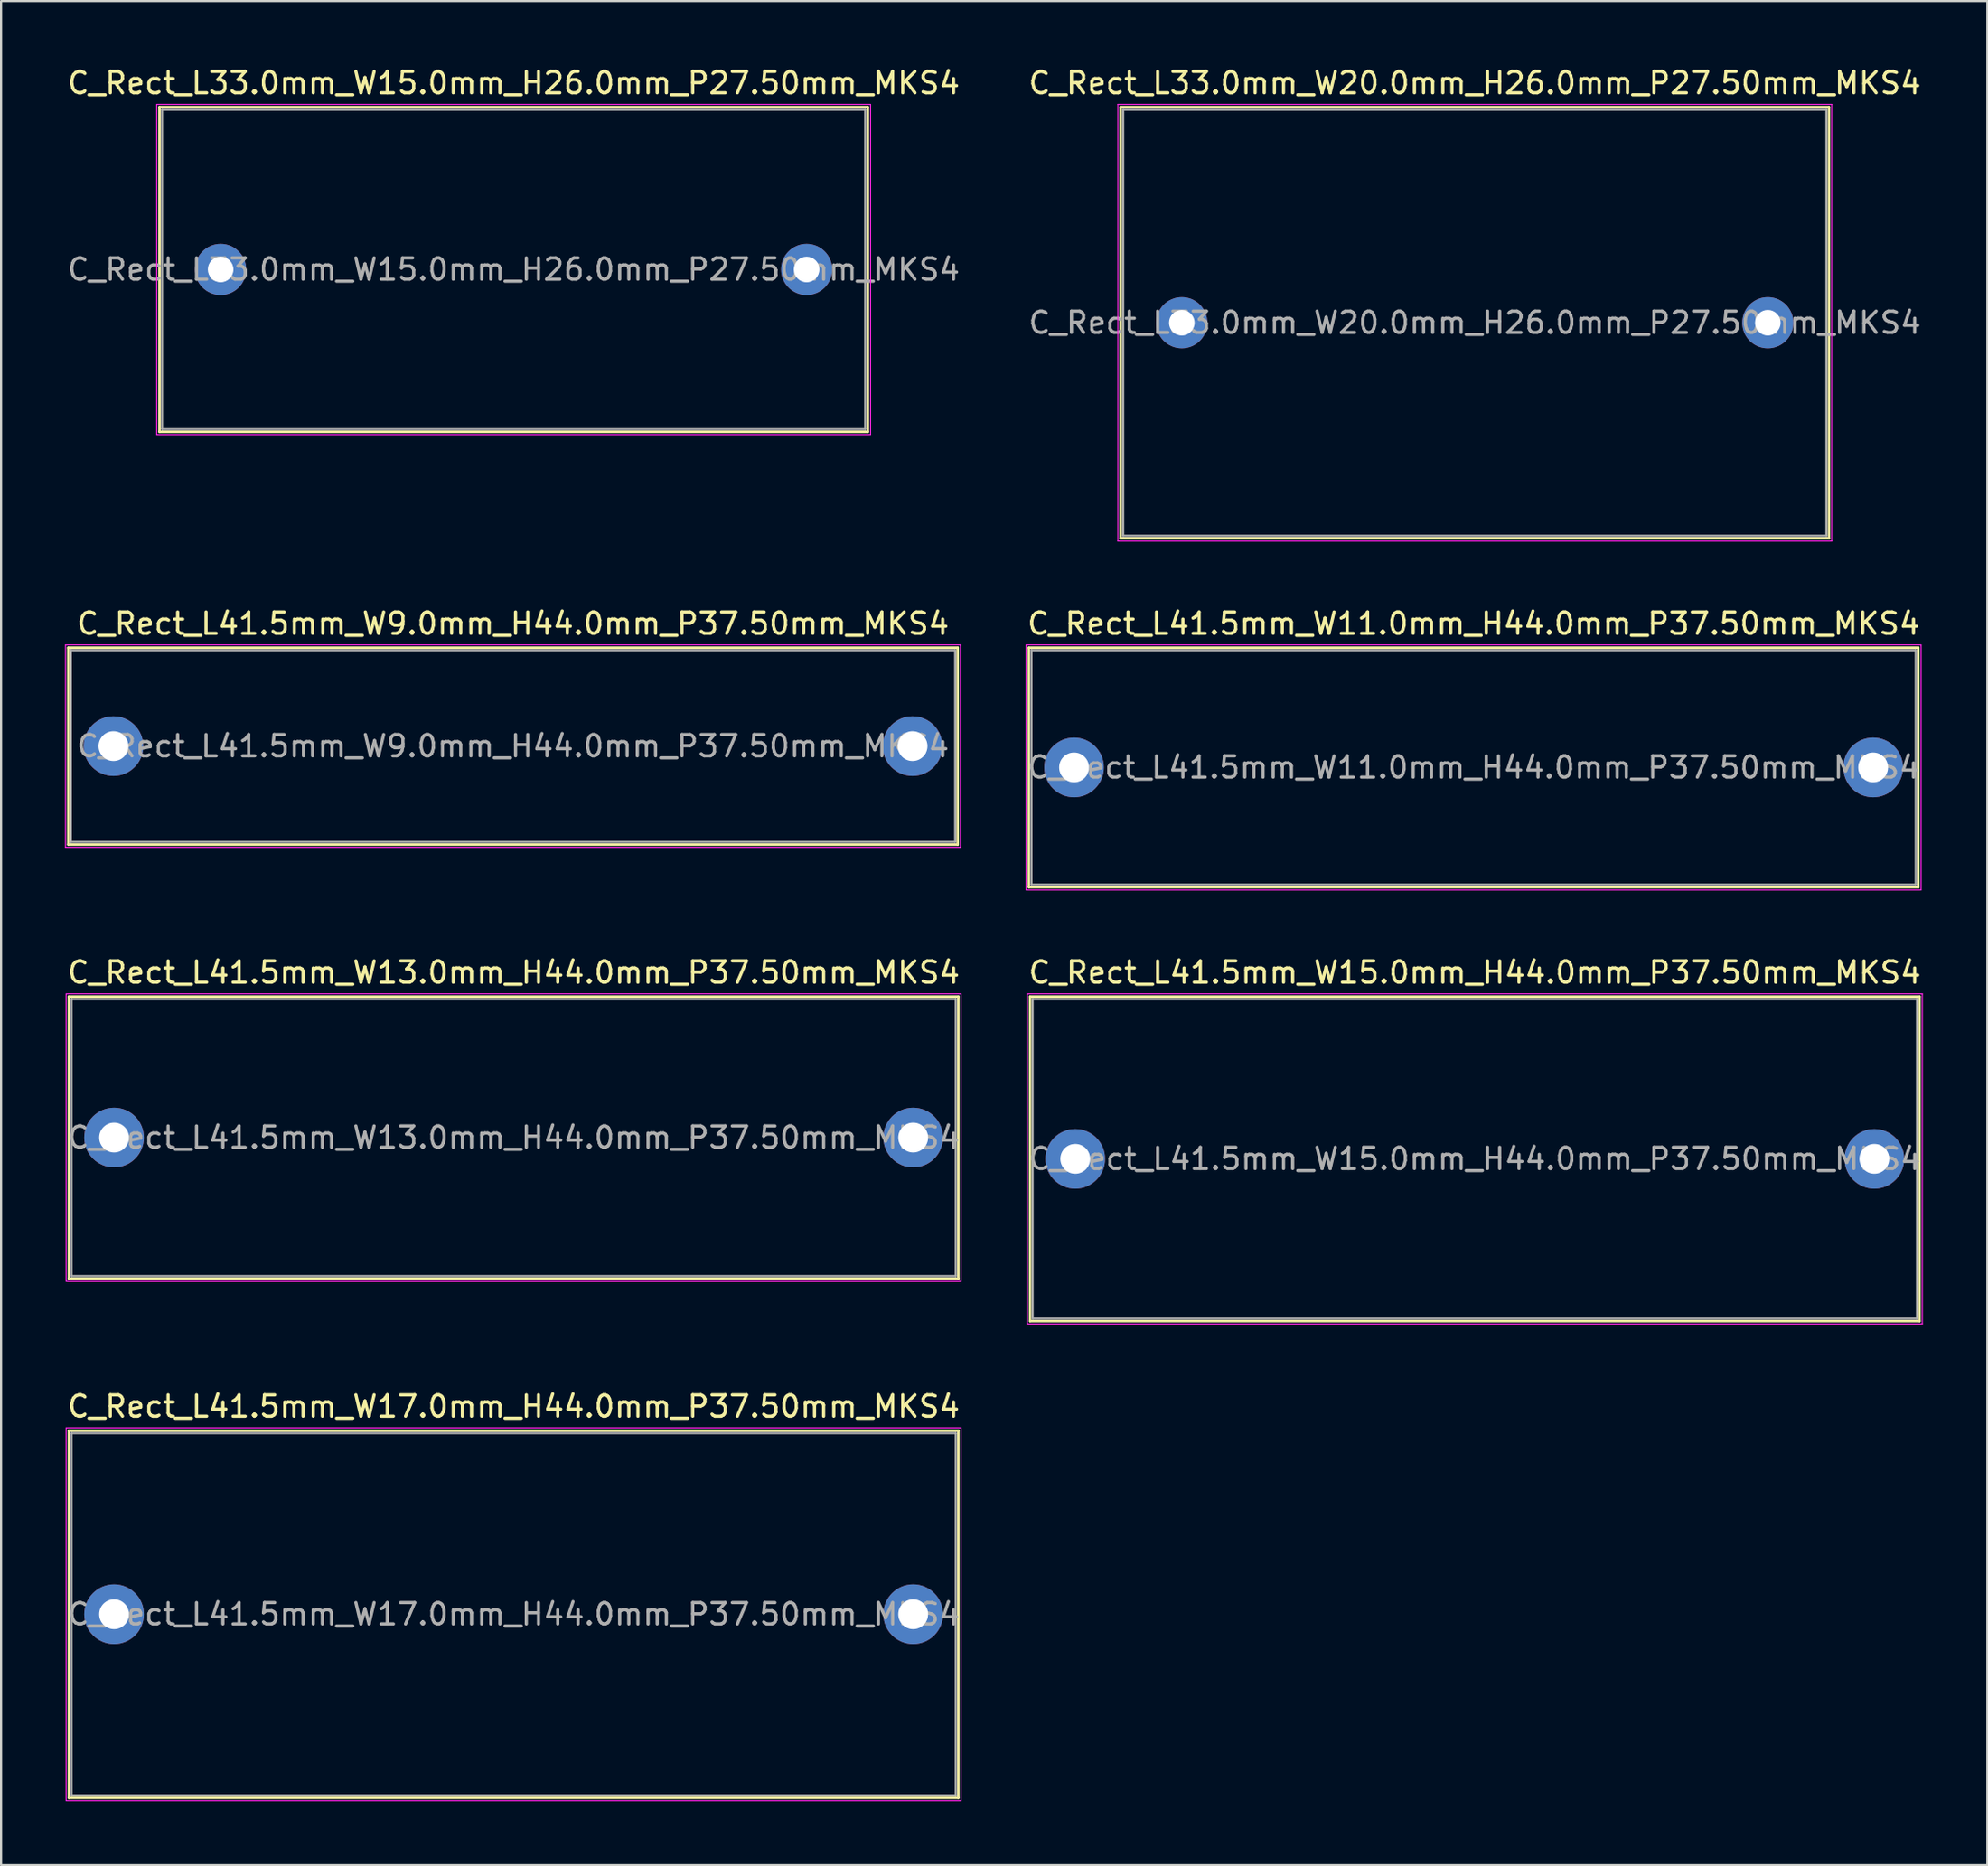
<source format=kicad_pcb>
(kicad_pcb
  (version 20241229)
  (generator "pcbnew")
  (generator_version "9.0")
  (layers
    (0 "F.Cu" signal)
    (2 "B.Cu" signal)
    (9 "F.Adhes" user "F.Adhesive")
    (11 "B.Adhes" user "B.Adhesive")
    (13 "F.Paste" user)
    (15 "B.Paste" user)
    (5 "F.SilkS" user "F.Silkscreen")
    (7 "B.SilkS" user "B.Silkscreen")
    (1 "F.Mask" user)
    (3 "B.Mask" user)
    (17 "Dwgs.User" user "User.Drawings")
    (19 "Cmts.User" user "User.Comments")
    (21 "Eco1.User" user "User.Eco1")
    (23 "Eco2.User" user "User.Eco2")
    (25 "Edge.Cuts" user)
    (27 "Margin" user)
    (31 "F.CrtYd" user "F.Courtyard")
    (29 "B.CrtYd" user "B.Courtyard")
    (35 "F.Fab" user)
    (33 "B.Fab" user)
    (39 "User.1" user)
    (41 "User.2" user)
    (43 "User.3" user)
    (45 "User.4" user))
  (footprint "C_Rect_L41.5mm_W11.0mm_H44.0mm_P37.50mm_MKS4"
    (layer "F.Cu")
    (at 47.354 32.971)
    (property "Reference" "C_Rect_L41.5mm_W11.0mm_H44.0mm_P37.50mm_MKS4" (at 18.75 -6.75 0) (layer "F.SilkS") (effects (font (size 1 1) (thickness 0.15))))
    (attr through_hole)
    (fp_line (start -2.12 -5.62) (end -2.12 5.62) (stroke (width 0.12) (type solid)) (layer "F.SilkS"))
    (fp_line (start -2.12 -5.62) (end 39.62 -5.62) (stroke (width 0.12) (type solid)) (layer "F.SilkS"))
    (fp_line (start -2.12 5.62) (end 39.62 5.62) (stroke (width 0.12) (type solid)) (layer "F.SilkS"))
    (fp_line (start 39.62 -5.62) (end 39.62 5.62) (stroke (width 0.12) (type solid)) (layer "F.SilkS"))
    (fp_line (start -2.25 -5.75) (end -2.25 5.75) (stroke (width 0.05) (type solid)) (layer "F.CrtYd"))
    (fp_line (start -2.25 5.75) (end 39.75 5.75) (stroke (width 0.05) (type solid)) (layer "F.CrtYd"))
    (fp_line (start 39.75 -5.75) (end -2.25 -5.75) (stroke (width 0.05) (type solid)) (layer "F.CrtYd"))
    (fp_line (start 39.75 5.75) (end 39.75 -5.75) (stroke (width 0.05) (type solid)) (layer "F.CrtYd"))
    (fp_line (start -2 -5.5) (end -2 5.5) (stroke (width 0.1) (type solid)) (layer "F.Fab"))
    (fp_line (start -2 5.5) (end 39.5 5.5) (stroke (width 0.1) (type solid)) (layer "F.Fab"))
    (fp_line (start 39.5 -5.5) (end -2 -5.5) (stroke (width 0.1) (type solid)) (layer "F.Fab"))
    (fp_line (start 39.5 5.5) (end 39.5 -5.5) (stroke (width 0.1) (type solid)) (layer "F.Fab"))
    (fp_text user "${REFERENCE}" (at 18.75 0 0) (layer "F.Fab") (effects (font (size 1 1) (thickness 0.15))))
    (pad "1" thru_hole circle (at 0 0) (size 2.8 2.8) (drill 1.4) (layers "*.Cu" "*.Mask"))
    (pad "2" thru_hole circle (at 37.5 0) (size 2.8 2.8) (drill 1.4) (layers "*.Cu" "*.Mask")))
  (footprint "C_Rect_L41.5mm_W17.0mm_H44.0mm_P37.50mm_MKS4"
    (layer "F.Cu")
    (at 2.304 72.718)
    (property "Reference" "C_Rect_L41.5mm_W17.0mm_H44.0mm_P37.50mm_MKS4" (at 18.75 -9.75 0) (layer "F.SilkS") (effects (font (size 1 1) (thickness 0.15))))
    (attr through_hole)
    (fp_line (start -2.12 -8.62) (end -2.12 8.62) (stroke (width 0.12) (type solid)) (layer "F.SilkS"))
    (fp_line (start -2.12 -8.62) (end 39.62 -8.62) (stroke (width 0.12) (type solid)) (layer "F.SilkS"))
    (fp_line (start -2.12 8.62) (end 39.62 8.62) (stroke (width 0.12) (type solid)) (layer "F.SilkS"))
    (fp_line (start 39.62 -8.62) (end 39.62 8.62) (stroke (width 0.12) (type solid)) (layer "F.SilkS"))
    (fp_line (start -2.25 -8.75) (end -2.25 8.75) (stroke (width 0.05) (type solid)) (layer "F.CrtYd"))
    (fp_line (start -2.25 8.75) (end 39.75 8.75) (stroke (width 0.05) (type solid)) (layer "F.CrtYd"))
    (fp_line (start 39.75 -8.75) (end -2.25 -8.75) (stroke (width 0.05) (type solid)) (layer "F.CrtYd"))
    (fp_line (start 39.75 8.75) (end 39.75 -8.75) (stroke (width 0.05) (type solid)) (layer "F.CrtYd"))
    (fp_line (start -2 -8.5) (end -2 8.5) (stroke (width 0.1) (type solid)) (layer "F.Fab"))
    (fp_line (start -2 8.5) (end 39.5 8.5) (stroke (width 0.1) (type solid)) (layer "F.Fab"))
    (fp_line (start 39.5 -8.5) (end -2 -8.5) (stroke (width 0.1) (type solid)) (layer "F.Fab"))
    (fp_line (start 39.5 8.5) (end 39.5 -8.5) (stroke (width 0.1) (type solid)) (layer "F.Fab"))
    (fp_text user "${REFERENCE}" (at 18.75 0 0) (layer "F.Fab") (effects (font (size 1 1) (thickness 0.15))))
    (pad "1" thru_hole circle (at 0 0) (size 2.8 2.8) (drill 1.4) (layers "*.Cu" "*.Mask"))
    (pad "2" thru_hole circle (at 37.5 0) (size 2.8 2.8) (drill 1.4) (layers "*.Cu" "*.Mask")))
  (footprint "C_Rect_L41.5mm_W13.0mm_H44.0mm_P37.50mm_MKS4"
    (layer "F.Cu")
    (at 2.304 50.345)
    (property "Reference" "C_Rect_L41.5mm_W13.0mm_H44.0mm_P37.50mm_MKS4" (at 18.75 -7.75 0) (layer "F.SilkS") (effects (font (size 1 1) (thickness 0.15))))
    (attr through_hole)
    (fp_line (start -2.12 -6.62) (end -2.12 6.62) (stroke (width 0.12) (type solid)) (layer "F.SilkS"))
    (fp_line (start -2.12 -6.62) (end 39.62 -6.62) (stroke (width 0.12) (type solid)) (layer "F.SilkS"))
    (fp_line (start -2.12 6.62) (end 39.62 6.62) (stroke (width 0.12) (type solid)) (layer "F.SilkS"))
    (fp_line (start 39.62 -6.62) (end 39.62 6.62) (stroke (width 0.12) (type solid)) (layer "F.SilkS"))
    (fp_line (start -2.25 -6.75) (end -2.25 6.75) (stroke (width 0.05) (type solid)) (layer "F.CrtYd"))
    (fp_line (start -2.25 6.75) (end 39.75 6.75) (stroke (width 0.05) (type solid)) (layer "F.CrtYd"))
    (fp_line (start 39.75 -6.75) (end -2.25 -6.75) (stroke (width 0.05) (type solid)) (layer "F.CrtYd"))
    (fp_line (start 39.75 6.75) (end 39.75 -6.75) (stroke (width 0.05) (type solid)) (layer "F.CrtYd"))
    (fp_line (start -2 -6.5) (end -2 6.5) (stroke (width 0.1) (type solid)) (layer "F.Fab"))
    (fp_line (start -2 6.5) (end 39.5 6.5) (stroke (width 0.1) (type solid)) (layer "F.Fab"))
    (fp_line (start 39.5 -6.5) (end -2 -6.5) (stroke (width 0.1) (type solid)) (layer "F.Fab"))
    (fp_line (start 39.5 6.5) (end 39.5 -6.5) (stroke (width 0.1) (type solid)) (layer "F.Fab"))
    (fp_text user "${REFERENCE}" (at 18.75 0 0) (layer "F.Fab") (effects (font (size 1 1) (thickness 0.15))))
    (pad "1" thru_hole circle (at 0 0) (size 2.8 2.8) (drill 1.4) (layers "*.Cu" "*.Mask"))
    (pad "2" thru_hole circle (at 37.5 0) (size 2.8 2.8) (drill 1.4) (layers "*.Cu" "*.Mask")))
  (footprint "C_Rect_L41.5mm_W15.0mm_H44.0mm_P37.50mm_MKS4"
    (layer "F.Cu")
    (at 47.411 51.345)
    (property "Reference" "C_Rect_L41.5mm_W15.0mm_H44.0mm_P37.50mm_MKS4" (at 18.75 -8.75 0) (layer "F.SilkS") (effects (font (size 1 1) (thickness 0.15))))
    (attr through_hole)
    (fp_line (start -2.12 -7.62) (end -2.12 7.62) (stroke (width 0.12) (type solid)) (layer "F.SilkS"))
    (fp_line (start -2.12 -7.62) (end 39.62 -7.62) (stroke (width 0.12) (type solid)) (layer "F.SilkS"))
    (fp_line (start -2.12 7.62) (end 39.62 7.62) (stroke (width 0.12) (type solid)) (layer "F.SilkS"))
    (fp_line (start 39.62 -7.62) (end 39.62 7.62) (stroke (width 0.12) (type solid)) (layer "F.SilkS"))
    (fp_line (start -2.25 -7.75) (end -2.25 7.75) (stroke (width 0.05) (type solid)) (layer "F.CrtYd"))
    (fp_line (start -2.25 7.75) (end 39.75 7.75) (stroke (width 0.05) (type solid)) (layer "F.CrtYd"))
    (fp_line (start 39.75 -7.75) (end -2.25 -7.75) (stroke (width 0.05) (type solid)) (layer "F.CrtYd"))
    (fp_line (start 39.75 7.75) (end 39.75 -7.75) (stroke (width 0.05) (type solid)) (layer "F.CrtYd"))
    (fp_line (start -2 -7.5) (end -2 7.5) (stroke (width 0.1) (type solid)) (layer "F.Fab"))
    (fp_line (start -2 7.5) (end 39.5 7.5) (stroke (width 0.1) (type solid)) (layer "F.Fab"))
    (fp_line (start 39.5 -7.5) (end -2 -7.5) (stroke (width 0.1) (type solid)) (layer "F.Fab"))
    (fp_line (start 39.5 7.5) (end 39.5 -7.5) (stroke (width 0.1) (type solid)) (layer "F.Fab"))
    (fp_text user "${REFERENCE}" (at 18.75 0 0) (layer "F.Fab") (effects (font (size 1 1) (thickness 0.15))))
    (pad "1" thru_hole circle (at 0 0) (size 2.8 2.8) (drill 1.4) (layers "*.Cu" "*.Mask"))
    (pad "2" thru_hole circle (at 37.5 0) (size 2.8 2.8) (drill 1.4) (layers "*.Cu" "*.Mask")))
  (footprint "C_Rect_L33.0mm_W15.0mm_H26.0mm_P27.50mm_MKS4"
    (layer "F.Cu")
    (at 7.304 9.598)
    (property "Reference" "C_Rect_L33.0mm_W15.0mm_H26.0mm_P27.50mm_MKS4" (at 13.75 -8.75 0) (layer "F.SilkS") (effects (font (size 1 1) (thickness 0.15))))
    (attr through_hole)
    (fp_line (start -2.87 -7.62) (end -2.87 7.62) (stroke (width 0.12) (type solid)) (layer "F.SilkS"))
    (fp_line (start -2.87 -7.62) (end 30.37 -7.62) (stroke (width 0.12) (type solid)) (layer "F.SilkS"))
    (fp_line (start -2.87 7.62) (end 30.37 7.62) (stroke (width 0.12) (type solid)) (layer "F.SilkS"))
    (fp_line (start 30.37 -7.62) (end 30.37 7.62) (stroke (width 0.12) (type solid)) (layer "F.SilkS"))
    (fp_line (start -3 -7.75) (end -3 7.75) (stroke (width 0.05) (type solid)) (layer "F.CrtYd"))
    (fp_line (start -3 7.75) (end 30.5 7.75) (stroke (width 0.05) (type solid)) (layer "F.CrtYd"))
    (fp_line (start 30.5 -7.75) (end -3 -7.75) (stroke (width 0.05) (type solid)) (layer "F.CrtYd"))
    (fp_line (start 30.5 7.75) (end 30.5 -7.75) (stroke (width 0.05) (type solid)) (layer "F.CrtYd"))
    (fp_line (start -2.75 -7.5) (end -2.75 7.5) (stroke (width 0.1) (type solid)) (layer "F.Fab"))
    (fp_line (start -2.75 7.5) (end 30.25 7.5) (stroke (width 0.1) (type solid)) (layer "F.Fab"))
    (fp_line (start 30.25 -7.5) (end -2.75 -7.5) (stroke (width 0.1) (type solid)) (layer "F.Fab"))
    (fp_line (start 30.25 7.5) (end 30.25 -7.5) (stroke (width 0.1) (type solid)) (layer "F.Fab"))
    (fp_text user "${REFERENCE}" (at 13.75 0 0) (layer "F.Fab") (effects (font (size 1 1) (thickness 0.15))))
    (pad "1" thru_hole circle (at 0 0) (size 2.4 2.4) (drill 1.2) (layers "*.Cu" "*.Mask"))
    (pad "2" thru_hole circle (at 27.5 0) (size 2.4 2.4) (drill 1.2) (layers "*.Cu" "*.Mask")))
  (footprint "C_Rect_L41.5mm_W9.0mm_H44.0mm_P37.50mm_MKS4"
    (layer "F.Cu")
    (at 2.275 31.971)
    (property "Reference" "C_Rect_L41.5mm_W9.0mm_H44.0mm_P37.50mm_MKS4" (at 18.75 -5.75 0) (layer "F.SilkS") (effects (font (size 1 1) (thickness 0.15))))
    (attr through_hole)
    (fp_line (start -2.12 -4.62) (end -2.12 4.62) (stroke (width 0.12) (type solid)) (layer "F.SilkS"))
    (fp_line (start -2.12 -4.62) (end 39.62 -4.62) (stroke (width 0.12) (type solid)) (layer "F.SilkS"))
    (fp_line (start -2.12 4.62) (end 39.62 4.62) (stroke (width 0.12) (type solid)) (layer "F.SilkS"))
    (fp_line (start 39.62 -4.62) (end 39.62 4.62) (stroke (width 0.12) (type solid)) (layer "F.SilkS"))
    (fp_line (start -2.25 -4.75) (end -2.25 4.75) (stroke (width 0.05) (type solid)) (layer "F.CrtYd"))
    (fp_line (start -2.25 4.75) (end 39.75 4.75) (stroke (width 0.05) (type solid)) (layer "F.CrtYd"))
    (fp_line (start 39.75 -4.75) (end -2.25 -4.75) (stroke (width 0.05) (type solid)) (layer "F.CrtYd"))
    (fp_line (start 39.75 4.75) (end 39.75 -4.75) (stroke (width 0.05) (type solid)) (layer "F.CrtYd"))
    (fp_line (start -2 -4.5) (end -2 4.5) (stroke (width 0.1) (type solid)) (layer "F.Fab"))
    (fp_line (start -2 4.5) (end 39.5 4.5) (stroke (width 0.1) (type solid)) (layer "F.Fab"))
    (fp_line (start 39.5 -4.5) (end -2 -4.5) (stroke (width 0.1) (type solid)) (layer "F.Fab"))
    (fp_line (start 39.5 4.5) (end 39.5 -4.5) (stroke (width 0.1) (type solid)) (layer "F.Fab"))
    (fp_text user "${REFERENCE}" (at 18.75 0 0) (layer "F.Fab") (effects (font (size 1 1) (thickness 0.15))))
    (pad "1" thru_hole circle (at 0 0) (size 2.8 2.8) (drill 1.4) (layers "*.Cu" "*.Mask"))
    (pad "2" thru_hole circle (at 37.5 0) (size 2.8 2.8) (drill 1.4) (layers "*.Cu" "*.Mask")))
  (footprint "C_Rect_L33.0mm_W20.0mm_H26.0mm_P27.50mm_MKS4"
    (layer "F.Cu")
    (at 52.411 12.098)
    (property "Reference" "C_Rect_L33.0mm_W20.0mm_H26.0mm_P27.50mm_MKS4" (at 13.75 -11.25 0) (layer "F.SilkS") (effects (font (size 1 1) (thickness 0.15))))
    (attr through_hole)
    (fp_line (start -2.87 -10.12) (end -2.87 10.12) (stroke (width 0.12) (type solid)) (layer "F.SilkS"))
    (fp_line (start -2.87 -10.12) (end 30.37 -10.12) (stroke (width 0.12) (type solid)) (layer "F.SilkS"))
    (fp_line (start -2.87 10.12) (end 30.37 10.12) (stroke (width 0.12) (type solid)) (layer "F.SilkS"))
    (fp_line (start 30.37 -10.12) (end 30.37 10.12) (stroke (width 0.12) (type solid)) (layer "F.SilkS"))
    (fp_line (start -3 -10.25) (end -3 10.25) (stroke (width 0.05) (type solid)) (layer "F.CrtYd"))
    (fp_line (start -3 10.25) (end 30.5 10.25) (stroke (width 0.05) (type solid)) (layer "F.CrtYd"))
    (fp_line (start 30.5 -10.25) (end -3 -10.25) (stroke (width 0.05) (type solid)) (layer "F.CrtYd"))
    (fp_line (start 30.5 10.25) (end 30.5 -10.25) (stroke (width 0.05) (type solid)) (layer "F.CrtYd"))
    (fp_line (start -2.75 -10) (end -2.75 10) (stroke (width 0.1) (type solid)) (layer "F.Fab"))
    (fp_line (start -2.75 10) (end 30.25 10) (stroke (width 0.1) (type solid)) (layer "F.Fab"))
    (fp_line (start 30.25 -10) (end -2.75 -10) (stroke (width 0.1) (type solid)) (layer "F.Fab"))
    (fp_line (start 30.25 10) (end 30.25 -10) (stroke (width 0.1) (type solid)) (layer "F.Fab"))
    (fp_text user "${REFERENCE}" (at 13.75 0 0) (layer "F.Fab") (effects (font (size 1 1) (thickness 0.15))))
    (pad "1" thru_hole circle (at 0 0) (size 2.4 2.4) (drill 1.2) (layers "*.Cu" "*.Mask"))
    (pad "2" thru_hole circle (at 27.5 0) (size 2.4 2.4) (drill 1.2) (layers "*.Cu" "*.Mask")))
  (gr_rect
    (start -3 -3)
    (end 90.214 84.493)
    (stroke (width 0.1) (type default))
    (fill no)
    (layer "Edge.Cuts")))
</source>
